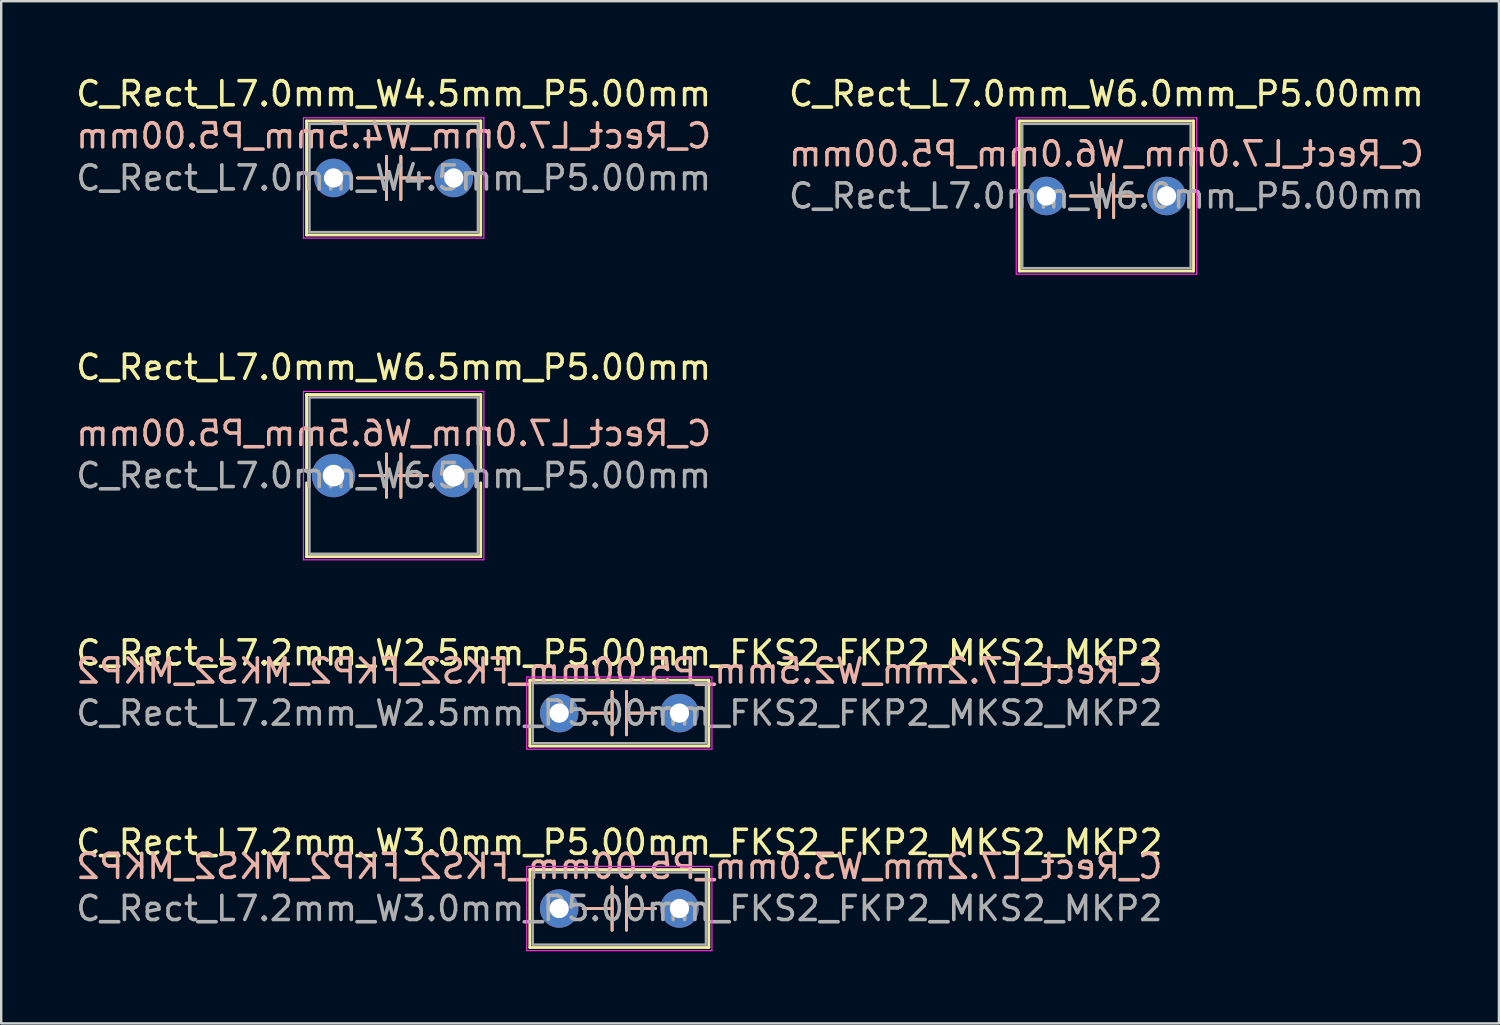
<source format=kicad_pcb>
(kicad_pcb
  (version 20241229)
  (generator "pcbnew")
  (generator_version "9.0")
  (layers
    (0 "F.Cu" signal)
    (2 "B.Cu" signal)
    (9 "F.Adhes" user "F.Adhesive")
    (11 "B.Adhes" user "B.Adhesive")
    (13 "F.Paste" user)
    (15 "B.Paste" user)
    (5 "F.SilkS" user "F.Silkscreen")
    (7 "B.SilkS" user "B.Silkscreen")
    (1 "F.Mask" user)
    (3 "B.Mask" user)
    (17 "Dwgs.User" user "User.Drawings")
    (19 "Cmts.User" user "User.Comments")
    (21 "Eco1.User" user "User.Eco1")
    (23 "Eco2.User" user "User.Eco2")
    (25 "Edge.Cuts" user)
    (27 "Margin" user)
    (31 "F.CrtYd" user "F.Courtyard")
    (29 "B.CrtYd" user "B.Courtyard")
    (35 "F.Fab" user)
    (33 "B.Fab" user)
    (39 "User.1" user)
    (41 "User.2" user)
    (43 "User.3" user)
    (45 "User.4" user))
  (footprint "C_Rect_L7.0mm_W6.5mm_P5.00mm"
    (layer "F.Cu")
    (at 10.815 16.721)
    (property "Reference" "C_Rect_L7.0mm_W6.5mm_P5.00mm" (at 2.5 -4.5 0) (layer "F.SilkS") (effects (font (size 1 1) (thickness 0.15))))
    (fp_line (start -1.12 -3.37) (end -1.12 -0.301) (stroke (width 0.12) (type solid)) (layer "F.SilkS"))
    (fp_line (start -1.12 -3.37) (end 6.12 -3.37) (stroke (width 0.12) (type solid)) (layer "F.SilkS"))
    (fp_line (start -1.12 0.301) (end -1.12 3.37) (stroke (width 0.12) (type solid)) (layer "F.SilkS"))
    (fp_line (start -1.12 3.37) (end 6.12 3.37) (stroke (width 0.12) (type solid)) (layer "F.SilkS"))
    (fp_line (start 1.1 0) (end 2.2 0) (stroke (width 0.12) (type solid)) (layer "F.SilkS"))
    (fp_line (start 2.2 -0.9) (end 2.2 0.9) (stroke (width 0.12) (type solid)) (layer "F.SilkS"))
    (fp_line (start 2.8 -0.9) (end 2.8 0.9) (stroke (width 0.12) (type solid)) (layer "F.SilkS"))
    (fp_line (start 3.9 0) (end 2.8 0) (stroke (width 0.12) (type solid)) (layer "F.SilkS"))
    (fp_line (start 6.12 -3.37) (end 6.12 -0.301) (stroke (width 0.12) (type solid)) (layer "F.SilkS"))
    (fp_line (start 6.12 0.301) (end 6.12 3.37) (stroke (width 0.12) (type solid)) (layer "F.SilkS"))
    (fp_line (start 1.1 0) (end 2.2 0) (stroke (width 0.12) (type solid)) (layer "B.SilkS"))
    (fp_line (start 2.2 0.9) (end 2.2 -0.9) (stroke (width 0.12) (type solid)) (layer "B.SilkS"))
    (fp_line (start 2.8 0.9) (end 2.8 -0.9) (stroke (width 0.12) (type solid)) (layer "B.SilkS"))
    (fp_line (start 3.9 0) (end 2.7 0) (stroke (width 0.12) (type solid)) (layer "B.SilkS"))
    (fp_line (start -1.25 -3.5) (end -1.25 3.5) (stroke (width 0.05) (type solid)) (layer "F.CrtYd"))
    (fp_line (start -1.25 3.5) (end 6.25 3.5) (stroke (width 0.05) (type solid)) (layer "F.CrtYd"))
    (fp_line (start 6.25 -3.5) (end -1.25 -3.5) (stroke (width 0.05) (type solid)) (layer "F.CrtYd"))
    (fp_line (start 6.25 3.5) (end 6.25 -3.5) (stroke (width 0.05) (type solid)) (layer "F.CrtYd"))
    (fp_line (start -1 -3.25) (end -1 3.25) (stroke (width 0.1) (type solid)) (layer "F.Fab"))
    (fp_line (start -1 3.25) (end 6 3.25) (stroke (width 0.1) (type solid)) (layer "F.Fab"))
    (fp_line (start 6 -3.25) (end -1 -3.25) (stroke (width 0.1) (type solid)) (layer "F.Fab"))
    (fp_line (start 6 3.25) (end 6 -3.25) (stroke (width 0.1) (type solid)) (layer "F.Fab"))
    (fp_text user "${REFERENCE}" (at 2.5 -1.75 0) (layer "B.SilkS") (effects (font (size 1 1) (thickness 0.15)) (justify mirror)))
    (fp_text user "${REFERENCE}" (at 2.5 0 0) (layer "F.Fab") (effects (font (size 1 1) (thickness 0.15))))
    (pad "1" thru_hole circle (at 0 0) (size 1.8 1.8) (drill 0.9) (layers "*.Cu" "*.Mask"))
    (pad "2" thru_hole circle (at 5 0) (size 1.8 1.8) (drill 0.9) (layers "*.Cu" "*.Mask")))
  (footprint "C_Rect_L7.2mm_W2.5mm_P5.00mm_FKS2_FKP2_MKS2_MKP2"
    (layer "F.Cu")
    (at 20.196 26.595)
    (property "Reference" "C_Rect_L7.2mm_W2.5mm_P5.00mm_FKS2_FKP2_MKS2_MKP2" (at 2.5 -2.5 0) (layer "F.SilkS") (effects (font (size 1 1) (thickness 0.15))))
    (fp_line (start -1.22 -1.37) (end -1.22 1.37) (stroke (width 0.12) (type solid)) (layer "F.SilkS"))
    (fp_line (start -1.22 -1.37) (end 6.22 -1.37) (stroke (width 0.12) (type solid)) (layer "F.SilkS"))
    (fp_line (start -1.22 1.37) (end 6.22 1.37) (stroke (width 0.12) (type solid)) (layer "F.SilkS"))
    (fp_line (start 1 0) (end 2.2 0) (stroke (width 0.12) (type solid)) (layer "F.SilkS"))
    (fp_line (start 2.2 -0.9) (end 2.2 0.9) (stroke (width 0.12) (type solid)) (layer "F.SilkS"))
    (fp_line (start 2.8 -0.9) (end 2.8 0.9) (stroke (width 0.12) (type solid)) (layer "F.SilkS"))
    (fp_line (start 4 0) (end 2.8 0) (stroke (width 0.12) (type solid)) (layer "F.SilkS"))
    (fp_line (start 6.22 -1.37) (end 6.22 1.37) (stroke (width 0.12) (type solid)) (layer "F.SilkS"))
    (fp_line (start 1 0) (end 2.2 0) (stroke (width 0.12) (type solid)) (layer "B.SilkS"))
    (fp_line (start 2.2 0.9) (end 2.2 -0.9) (stroke (width 0.12) (type solid)) (layer "B.SilkS"))
    (fp_line (start 2.8 0.9) (end 2.8 -0.9) (stroke (width 0.12) (type solid)) (layer "B.SilkS"))
    (fp_line (start 4 0) (end 2.8 0) (stroke (width 0.12) (type solid)) (layer "B.SilkS"))
    (fp_line (start -1.35 -1.5) (end -1.35 1.5) (stroke (width 0.05) (type solid)) (layer "F.CrtYd"))
    (fp_line (start -1.35 1.5) (end 6.35 1.5) (stroke (width 0.05) (type solid)) (layer "F.CrtYd"))
    (fp_line (start 6.35 -1.5) (end -1.35 -1.5) (stroke (width 0.05) (type solid)) (layer "F.CrtYd"))
    (fp_line (start 6.35 1.5) (end 6.35 -1.5) (stroke (width 0.05) (type solid)) (layer "F.CrtYd"))
    (fp_line (start -1.1 -1.25) (end -1.1 1.25) (stroke (width 0.1) (type solid)) (layer "F.Fab"))
    (fp_line (start -1.1 1.25) (end 6.1 1.25) (stroke (width 0.1) (type solid)) (layer "F.Fab"))
    (fp_line (start 6.1 -1.25) (end -1.1 -1.25) (stroke (width 0.1) (type solid)) (layer "F.Fab"))
    (fp_line (start 6.1 1.25) (end 6.1 -1.25) (stroke (width 0.1) (type solid)) (layer "F.Fab"))
    (fp_text user "${REFERENCE}" (at 2.5 -1.75 0) (layer "B.SilkS") (effects (font (size 1 1) (thickness 0.15)) (justify mirror)))
    (fp_text user "${REFERENCE}" (at 2.5 0 0) (layer "F.Fab") (effects (font (size 1 1) (thickness 0.15))))
    (pad "1" thru_hole circle (at 0 0) (size 1.6 1.6) (drill 0.8) (layers "*.Cu" "*.Mask"))
    (pad "2" thru_hole circle (at 5 0) (size 1.6 1.6) (drill 0.8) (layers "*.Cu" "*.Mask")))
  (footprint "C_Rect_L7.0mm_W6.0mm_P5.00mm"
    (layer "F.Cu")
    (at 40.446 5.098)
    (property "Reference" "C_Rect_L7.0mm_W6.0mm_P5.00mm" (at 2.5 -4.25 0) (layer "F.SilkS") (effects (font (size 1 1) (thickness 0.15))))
    (fp_line (start -1.12 -3.12) (end -1.12 3.12) (stroke (width 0.12) (type solid)) (layer "F.SilkS"))
    (fp_line (start -1.12 -3.12) (end 6.12 -3.12) (stroke (width 0.12) (type solid)) (layer "F.SilkS"))
    (fp_line (start -1.12 3.12) (end 6.12 3.12) (stroke (width 0.12) (type solid)) (layer "F.SilkS"))
    (fp_line (start 1 0) (end 2.2 0) (stroke (width 0.12) (type solid)) (layer "F.SilkS"))
    (fp_line (start 2.2 -0.9) (end 2.2 0.9) (stroke (width 0.12) (type solid)) (layer "F.SilkS"))
    (fp_line (start 2.8 -0.9) (end 2.8 0.9) (stroke (width 0.12) (type solid)) (layer "F.SilkS"))
    (fp_line (start 4 0) (end 2.8 0) (stroke (width 0.12) (type solid)) (layer "F.SilkS"))
    (fp_line (start 6.12 -3.12) (end 6.12 3.12) (stroke (width 0.12) (type solid)) (layer "F.SilkS"))
    (fp_line (start 1 0) (end 2.2 0) (stroke (width 0.12) (type solid)) (layer "B.SilkS"))
    (fp_line (start 2.2 0.9) (end 2.2 -0.9) (stroke (width 0.12) (type solid)) (layer "B.SilkS"))
    (fp_line (start 2.8 0.9) (end 2.8 -0.9) (stroke (width 0.12) (type solid)) (layer "B.SilkS"))
    (fp_line (start 4 0) (end 2.8 0) (stroke (width 0.12) (type solid)) (layer "B.SilkS"))
    (fp_line (start -1.25 -3.25) (end -1.25 3.25) (stroke (width 0.05) (type solid)) (layer "F.CrtYd"))
    (fp_line (start -1.25 3.25) (end 6.25 3.25) (stroke (width 0.05) (type solid)) (layer "F.CrtYd"))
    (fp_line (start 6.25 -3.25) (end -1.25 -3.25) (stroke (width 0.05) (type solid)) (layer "F.CrtYd"))
    (fp_line (start 6.25 3.25) (end 6.25 -3.25) (stroke (width 0.05) (type solid)) (layer "F.CrtYd"))
    (fp_line (start -1 -3) (end -1 3) (stroke (width 0.1) (type solid)) (layer "F.Fab"))
    (fp_line (start -1 3) (end 6 3) (stroke (width 0.1) (type solid)) (layer "F.Fab"))
    (fp_line (start 6 -3) (end -1 -3) (stroke (width 0.1) (type solid)) (layer "F.Fab"))
    (fp_line (start 6 3) (end 6 -3) (stroke (width 0.1) (type solid)) (layer "F.Fab"))
    (fp_text user "${REFERENCE}" (at 2.5 -1.75 0) (layer "B.SilkS") (effects (font (size 1 1) (thickness 0.15)) (justify mirror)))
    (fp_text user "${REFERENCE}" (at 2.5 0 0) (layer "F.Fab") (effects (font (size 1 1) (thickness 0.15))))
    (pad "1" thru_hole circle (at 0 0) (size 1.6 1.6) (drill 0.8) (layers "*.Cu" "*.Mask"))
    (pad "2" thru_hole circle (at 5 0) (size 1.6 1.6) (drill 0.8) (layers "*.Cu" "*.Mask")))
  (footprint "C_Rect_L7.2mm_W3.0mm_P5.00mm_FKS2_FKP2_MKS2_MKP2"
    (layer "F.Cu")
    (at 20.196 34.718)
    (property "Reference" "C_Rect_L7.2mm_W3.0mm_P5.00mm_FKS2_FKP2_MKS2_MKP2" (at 2.5 -2.75 0) (layer "F.SilkS") (effects (font (size 1 1) (thickness 0.15))))
    (fp_line (start -1.22 -1.62) (end -1.22 1.62) (stroke (width 0.12) (type solid)) (layer "F.SilkS"))
    (fp_line (start -1.22 -1.62) (end 6.22 -1.62) (stroke (width 0.12) (type solid)) (layer "F.SilkS"))
    (fp_line (start -1.22 1.62) (end 6.22 1.62) (stroke (width 0.12) (type solid)) (layer "F.SilkS"))
    (fp_line (start 1 0) (end 2.2 0) (stroke (width 0.12) (type solid)) (layer "F.SilkS"))
    (fp_line (start 2.2 -0.9) (end 2.2 0.9) (stroke (width 0.12) (type solid)) (layer "F.SilkS"))
    (fp_line (start 2.8 -0.9) (end 2.8 0.9) (stroke (width 0.12) (type solid)) (layer "F.SilkS"))
    (fp_line (start 4 0) (end 2.8 0) (stroke (width 0.12) (type solid)) (layer "F.SilkS"))
    (fp_line (start 6.22 -1.62) (end 6.22 1.62) (stroke (width 0.12) (type solid)) (layer "F.SilkS"))
    (fp_line (start 1 0) (end 2.2 0) (stroke (width 0.12) (type solid)) (layer "B.SilkS"))
    (fp_line (start 2.2 0.9) (end 2.2 -0.9) (stroke (width 0.12) (type solid)) (layer "B.SilkS"))
    (fp_line (start 2.8 0.9) (end 2.8 -0.9) (stroke (width 0.12) (type solid)) (layer "B.SilkS"))
    (fp_line (start 4 0) (end 2.8 0) (stroke (width 0.12) (type solid)) (layer "B.SilkS"))
    (fp_line (start -1.35 -1.75) (end -1.35 1.75) (stroke (width 0.05) (type solid)) (layer "F.CrtYd"))
    (fp_line (start -1.35 1.75) (end 6.35 1.75) (stroke (width 0.05) (type solid)) (layer "F.CrtYd"))
    (fp_line (start 6.35 -1.75) (end -1.35 -1.75) (stroke (width 0.05) (type solid)) (layer "F.CrtYd"))
    (fp_line (start 6.35 1.75) (end 6.35 -1.75) (stroke (width 0.05) (type solid)) (layer "F.CrtYd"))
    (fp_line (start -1.1 -1.5) (end -1.1 1.5) (stroke (width 0.1) (type solid)) (layer "F.Fab"))
    (fp_line (start -1.1 1.5) (end 6.1 1.5) (stroke (width 0.1) (type solid)) (layer "F.Fab"))
    (fp_line (start 6.1 -1.5) (end -1.1 -1.5) (stroke (width 0.1) (type solid)) (layer "F.Fab"))
    (fp_line (start 6.1 1.5) (end 6.1 -1.5) (stroke (width 0.1) (type solid)) (layer "F.Fab"))
    (fp_text user "${REFERENCE}" (at 2.5 -1.75 0) (layer "B.SilkS") (effects (font (size 1 1) (thickness 0.15)) (justify mirror)))
    (fp_text user "${REFERENCE}" (at 2.5 0 0) (layer "F.Fab") (effects (font (size 1 1) (thickness 0.15))))
    (pad "1" thru_hole circle (at 0 0) (size 1.6 1.6) (drill 0.8) (layers "*.Cu" "*.Mask"))
    (pad "2" thru_hole circle (at 5 0) (size 1.6 1.6) (drill 0.8) (layers "*.Cu" "*.Mask")))
  (footprint "C_Rect_L7.0mm_W4.5mm_P5.00mm"
    (layer "F.Cu")
    (at 10.815 4.348)
    (property "Reference" "C_Rect_L7.0mm_W4.5mm_P5.00mm" (at 2.5 -3.5 0) (layer "F.SilkS") (effects (font (size 1 1) (thickness 0.15))))
    (fp_line (start -1.12 -2.37) (end -1.12 2.37) (stroke (width 0.12) (type solid)) (layer "F.SilkS"))
    (fp_line (start -1.12 -2.37) (end 6.12 -2.37) (stroke (width 0.12) (type solid)) (layer "F.SilkS"))
    (fp_line (start -1.12 2.37) (end 6.12 2.37) (stroke (width 0.12) (type solid)) (layer "F.SilkS"))
    (fp_line (start 1 0) (end 2.2 0) (stroke (width 0.12) (type solid)) (layer "F.SilkS"))
    (fp_line (start 2.2 -0.9) (end 2.2 0.9) (stroke (width 0.12) (type solid)) (layer "F.SilkS"))
    (fp_line (start 2.8 -0.9) (end 2.8 0.9) (stroke (width 0.12) (type solid)) (layer "F.SilkS"))
    (fp_line (start 4 0) (end 2.8 0) (stroke (width 0.12) (type solid)) (layer "F.SilkS"))
    (fp_line (start 6.12 -2.37) (end 6.12 2.37) (stroke (width 0.12) (type solid)) (layer "F.SilkS"))
    (fp_line (start 1 0) (end 2.2 0) (stroke (width 0.12) (type solid)) (layer "B.SilkS"))
    (fp_line (start 2.2 0.9) (end 2.2 -0.9) (stroke (width 0.12) (type solid)) (layer "B.SilkS"))
    (fp_line (start 2.8 0.9) (end 2.8 -0.9) (stroke (width 0.12) (type solid)) (layer "B.SilkS"))
    (fp_line (start 4 0) (end 2.8 0) (stroke (width 0.12) (type solid)) (layer "B.SilkS"))
    (fp_line (start -1.25 -2.5) (end -1.25 2.5) (stroke (width 0.05) (type solid)) (layer "F.CrtYd"))
    (fp_line (start -1.25 2.5) (end 6.25 2.5) (stroke (width 0.05) (type solid)) (layer "F.CrtYd"))
    (fp_line (start 6.25 -2.5) (end -1.25 -2.5) (stroke (width 0.05) (type solid)) (layer "F.CrtYd"))
    (fp_line (start 6.25 2.5) (end 6.25 -2.5) (stroke (width 0.05) (type solid)) (layer "F.CrtYd"))
    (fp_line (start -1 -2.25) (end -1 2.25) (stroke (width 0.1) (type solid)) (layer "F.Fab"))
    (fp_line (start -1 2.25) (end 6 2.25) (stroke (width 0.1) (type solid)) (layer "F.Fab"))
    (fp_line (start 6 -2.25) (end -1 -2.25) (stroke (width 0.1) (type solid)) (layer "F.Fab"))
    (fp_line (start 6 2.25) (end 6 -2.25) (stroke (width 0.1) (type solid)) (layer "F.Fab"))
    (fp_text user "${REFERENCE}" (at 2.5 -1.75 0) (layer "B.SilkS") (effects (font (size 1 1) (thickness 0.15)) (justify mirror)))
    (fp_text user "${REFERENCE}" (at 2.5 0 0) (layer "F.Fab") (effects (font (size 1 1) (thickness 0.15))))
    (pad "1" thru_hole circle (at 0 0) (size 1.6 1.6) (drill 0.8) (layers "*.Cu" "*.Mask"))
    (pad "2" thru_hole circle (at 5 0) (size 1.6 1.6) (drill 0.8) (layers "*.Cu" "*.Mask")))
  (gr_rect
    (start -3 -3)
    (end 59.262 39.493)
    (stroke (width 0.1) (type default))
    (fill no)
    (layer "Edge.Cuts")))
</source>
